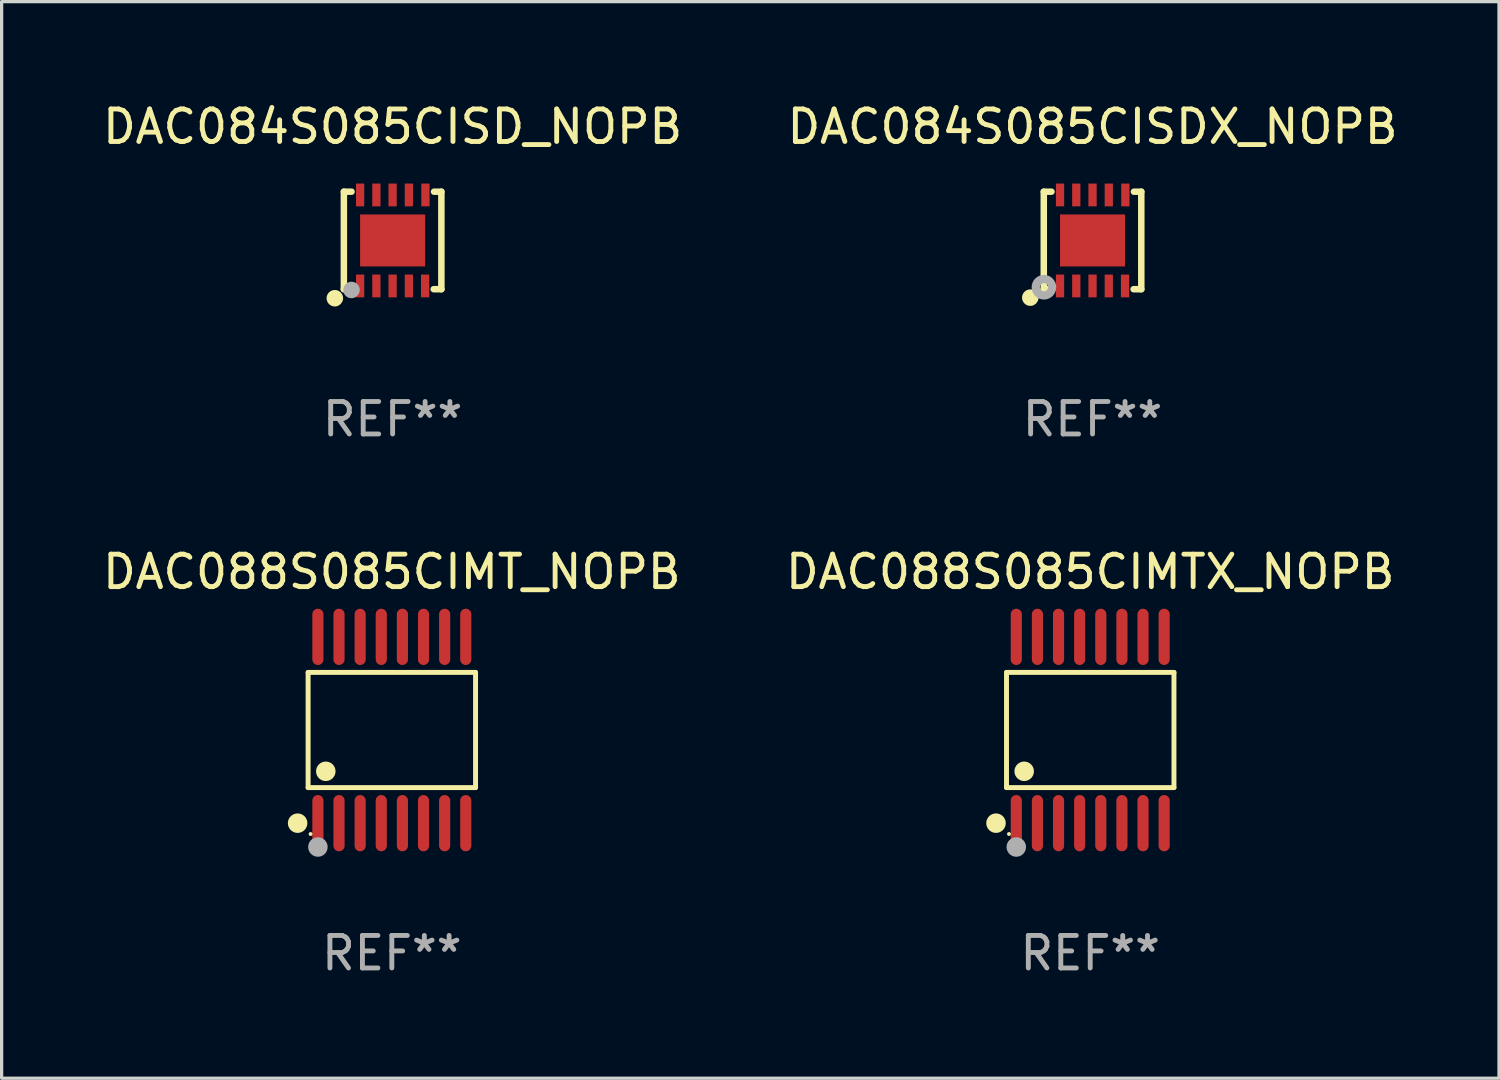
<source format=kicad_pcb>
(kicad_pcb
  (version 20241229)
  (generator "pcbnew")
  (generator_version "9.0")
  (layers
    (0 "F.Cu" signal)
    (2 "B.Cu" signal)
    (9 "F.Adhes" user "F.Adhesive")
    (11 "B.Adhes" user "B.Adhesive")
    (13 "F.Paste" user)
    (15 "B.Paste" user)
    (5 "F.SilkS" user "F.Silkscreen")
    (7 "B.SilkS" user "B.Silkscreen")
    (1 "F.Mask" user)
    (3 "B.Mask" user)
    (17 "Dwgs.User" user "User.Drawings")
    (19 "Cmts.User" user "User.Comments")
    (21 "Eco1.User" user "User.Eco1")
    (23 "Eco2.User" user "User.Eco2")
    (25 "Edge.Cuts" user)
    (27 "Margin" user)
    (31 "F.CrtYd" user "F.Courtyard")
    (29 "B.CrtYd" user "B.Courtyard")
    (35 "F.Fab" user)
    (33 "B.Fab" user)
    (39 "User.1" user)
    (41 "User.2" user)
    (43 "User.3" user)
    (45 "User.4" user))
  (footprint "DAC084S085CISDX_NOPB"
    (layer "F.Cu")
    (at 30.565 4.348)
    (property "Reference" "DAC084S085CISDX_NOPB" (at 0 -3.5 0) (layer "F.SilkS") (effects (font (size 1 1) (thickness 0.15))))
    (attr through_hole)
    (fp_line (start -1.5 -1.5) (end -1.5 1.5) (stroke (width 0.2) (type solid)) (layer "F.SilkS"))
    (fp_line (start -1.5 -1.5) (end -1.264 -1.5) (stroke (width 0.2) (type solid)) (layer "F.SilkS"))
    (fp_line (start -1.5 1.5) (end -1.264 1.5) (stroke (width 0.2) (type solid)) (layer "F.SilkS"))
    (fp_line (start 1.264 1.5) (end 1.5 1.5) (stroke (width 0.2) (type solid)) (layer "F.SilkS"))
    (fp_line (start 1.274 -1.5) (end 1.5 -1.5) (stroke (width 0.2) (type solid)) (layer "F.SilkS"))
    (fp_line (start 1.5 -1.5) (end 1.5 1.5) (stroke (width 0.2) (type solid)) (layer "F.SilkS"))
    (fp_circle (center -1.915 1.76) (end -1.788 1.76) (stroke (width 0.254) (type solid)) (fill no) (layer "F.SilkS"))
    (fp_circle (center -1.495 1.5) (end -1.465 1.5) (stroke (width 0.06) (type solid)) (fill no) (layer "F.SilkS"))
    (fp_circle (center -1.495 1.44) (end -1.37 1.44) (stroke (width 0.254) (type solid)) (fill no) (layer "F.Fab"))
    (fp_text user "REF**" (at 0 5.5 0) (layer "F.Fab") (effects (font (size 1 1) (thickness 0.15))))
    (pad "1" smd rect (at -1 1.4) (size 0.254 0.701) (layers "F.Cu" "F.Mask" "F.Paste"))
    (pad "2" smd rect (at -0.5 1.4) (size 0.254 0.701) (layers "F.Cu" "F.Mask" "F.Paste"))
    (pad "3" smd rect (at 0.000076 1.4) (size 0.254 0.701) (layers "F.Cu" "F.Mask" "F.Paste"))
    (pad "4" smd rect (at 0.5 1.4) (size 0.254 0.701) (layers "F.Cu" "F.Mask" "F.Paste"))
    (pad "5" smd rect (at 1 1.4) (size 0.254 0.701) (layers "F.Cu" "F.Mask" "F.Paste"))
    (pad "6" smd rect (at 1.01 -1.4) (size 0.254 0.701) (layers "F.Cu" "F.Mask" "F.Paste"))
    (pad "7" smd rect (at 0.5 -1.4) (size 0.254 0.701) (layers "F.Cu" "F.Mask" "F.Paste"))
    (pad "8" smd rect (at 0.000076 -1.4) (size 0.254 0.701) (layers "F.Cu" "F.Mask" "F.Paste"))
    (pad "9" smd rect (at -0.5 -1.4) (size 0.254 0.701) (layers "F.Cu" "F.Mask" "F.Paste"))
    (pad "10" smd rect (at -1 -1.4) (size 0.254 0.701) (layers "F.Cu" "F.Mask" "F.Paste"))
    (pad "11" smd rect (at 0.000076 -0.000152) (size 2 1.6) (layers "F.Cu" "F.Mask" "F.Paste")))
  (footprint "DAC088S085CIMTX_NOPB"
    (layer "F.Cu")
    (at 30.494 19.411)
    (property "Reference" "DAC088S085CIMTX_NOPB" (at 0 -4.866 0) (layer "F.SilkS") (effects (font (size 1 1) (thickness 0.15))))
    (attr through_hole)
    (fp_line (start -2.576 -1.772) (end 2.576 -1.772) (stroke (width 0.152) (type solid)) (layer "F.SilkS"))
    (fp_line (start -2.576 1.771) (end -2.576 -1.772) (stroke (width 0.152) (type solid)) (layer "F.SilkS"))
    (fp_line (start 2.576 -1.772) (end 2.576 1.771) (stroke (width 0.152) (type solid)) (layer "F.SilkS"))
    (fp_line (start 2.576 1.771) (end -2.576 1.771) (stroke (width 0.152) (type solid)) (layer "F.SilkS"))
    (fp_circle (center -2.899 2.866) (end -2.749 2.866) (stroke (width 0.3) (type solid)) (fill no) (layer "F.SilkS"))
    (fp_circle (center -2.5 3.2) (end -2.47 3.2) (stroke (width 0.06) (type solid)) (fill no) (layer "F.SilkS"))
    (fp_circle (center -2.032 1.27) (end -1.882 1.27) (stroke (width 0.3) (type solid)) (fill no) (layer "F.SilkS"))
    (fp_circle (center -2.275 3.6) (end -2.125 3.6) (stroke (width 0.3) (type solid)) (fill no) (layer "F.Fab"))
    (fp_text user "REF**" (at 0 6.866 0) (layer "F.Fab") (effects (font (size 1 1) (thickness 0.15))))
    (pad "1" smd oval (at -2.275 2.866) (size 0.343 1.731) (layers "F.Cu" "F.Mask" "F.Paste"))
    (pad "2" smd oval (at -1.625 2.866) (size 0.343 1.731) (layers "F.Cu" "F.Mask" "F.Paste"))
    (pad "3" smd oval (at -0.975 2.866) (size 0.343 1.731) (layers "F.Cu" "F.Mask" "F.Paste"))
    (pad "4" smd oval (at -0.325 2.866) (size 0.343 1.731) (layers "F.Cu" "F.Mask" "F.Paste"))
    (pad "5" smd oval (at 0.325 2.866) (size 0.343 1.731) (layers "F.Cu" "F.Mask" "F.Paste"))
    (pad "6" smd oval (at 0.975 2.866) (size 0.343 1.731) (layers "F.Cu" "F.Mask" "F.Paste"))
    (pad "7" smd oval (at 1.625 2.866) (size 0.343 1.731) (layers "F.Cu" "F.Mask" "F.Paste"))
    (pad "8" smd oval (at 2.275 2.866) (size 0.343 1.731) (layers "F.Cu" "F.Mask" "F.Paste"))
    (pad "9" smd oval (at 2.275 -2.866) (size 0.343 1.731) (layers "F.Cu" "F.Mask" "F.Paste"))
    (pad "10" smd oval (at 1.625 -2.866) (size 0.343 1.731) (layers "F.Cu" "F.Mask" "F.Paste"))
    (pad "11" smd oval (at 0.975 -2.866) (size 0.343 1.731) (layers "F.Cu" "F.Mask" "F.Paste"))
    (pad "12" smd oval (at 0.325 -2.866) (size 0.343 1.731) (layers "F.Cu" "F.Mask" "F.Paste"))
    (pad "13" smd oval (at -0.325 -2.866) (size 0.343 1.731) (layers "F.Cu" "F.Mask" "F.Paste"))
    (pad "14" smd oval (at -0.975 -2.866) (size 0.343 1.731) (layers "F.Cu" "F.Mask" "F.Paste"))
    (pad "15" smd oval (at -1.625 -2.866) (size 0.343 1.731) (layers "F.Cu" "F.Mask" "F.Paste"))
    (pad "16" smd oval (at -2.275 -2.866) (size 0.343 1.731) (layers "F.Cu" "F.Mask" "F.Paste")))
  (footprint "DAC084S085CISD_NOPB"
    (layer "F.Cu")
    (at 9.03 4.348)
    (property "Reference" "DAC084S085CISD_NOPB" (at 0 -3.5 0) (layer "F.SilkS") (effects (font (size 1 1) (thickness 0.15))))
    (attr through_hole)
    (fp_line (start -1.5 -1.5) (end -1.5 1.5) (stroke (width 0.2) (type solid)) (layer "F.SilkS"))
    (fp_line (start -1.5 -1.5) (end -1.264 -1.5) (stroke (width 0.2) (type solid)) (layer "F.SilkS"))
    (fp_line (start -1.5 1.5) (end -1.264 1.5) (stroke (width 0.2) (type solid)) (layer "F.SilkS"))
    (fp_line (start 1.264 1.5) (end 1.5 1.5) (stroke (width 0.2) (type solid)) (layer "F.SilkS"))
    (fp_line (start 1.274 -1.5) (end 1.5 -1.5) (stroke (width 0.2) (type solid)) (layer "F.SilkS"))
    (fp_line (start 1.5 -1.5) (end 1.5 1.5) (stroke (width 0.2) (type solid)) (layer "F.SilkS"))
    (fp_circle (center -1.778 1.778) (end -1.651 1.778) (stroke (width 0.254) (type solid)) (fill no) (layer "F.SilkS"))
    (fp_circle (center -1.495 1.5) (end -1.465 1.5) (stroke (width 0.06) (type solid)) (fill no) (layer "F.SilkS"))
    (fp_circle (center -1.265 1.524) (end -1.138 1.524) (stroke (width 0.254) (type solid)) (fill no) (layer "F.Fab"))
    (fp_text user "REF**" (at 0 5.5 0) (layer "F.Fab") (effects (font (size 1 1) (thickness 0.15))))
    (pad "1" smd rect (at -1 1.4) (size 0.254 0.701) (layers "F.Cu" "F.Mask" "F.Paste"))
    (pad "2" smd rect (at -0.5 1.4) (size 0.254 0.701) (layers "F.Cu" "F.Mask" "F.Paste"))
    (pad "3" smd rect (at 0 1.4) (size 0.254 0.701) (layers "F.Cu" "F.Mask" "F.Paste"))
    (pad "4" smd rect (at 0.5 1.4) (size 0.254 0.701) (layers "F.Cu" "F.Mask" "F.Paste"))
    (pad "5" smd rect (at 1 1.4) (size 0.254 0.701) (layers "F.Cu" "F.Mask" "F.Paste"))
    (pad "6" smd rect (at 1.01 -1.4) (size 0.254 0.701) (layers "F.Cu" "F.Mask" "F.Paste"))
    (pad "7" smd rect (at 0.5 -1.4) (size 0.254 0.701) (layers "F.Cu" "F.Mask" "F.Paste"))
    (pad "8" smd rect (at 0 -1.4) (size 0.254 0.701) (layers "F.Cu" "F.Mask" "F.Paste"))
    (pad "9" smd rect (at -0.5 -1.4) (size 0.254 0.701) (layers "F.Cu" "F.Mask" "F.Paste"))
    (pad "10" smd rect (at -1 -1.4) (size 0.254 0.701) (layers "F.Cu" "F.Mask" "F.Paste"))
    (pad "11" smd rect (at 0 -0.000127) (size 2 1.6) (layers "F.Cu" "F.Mask" "F.Paste")))
  (footprint "DAC088S085CIMT_NOPB"
    (layer "F.Cu")
    (at 9.006 19.411)
    (property "Reference" "DAC088S085CIMT_NOPB" (at 0 -4.866 0) (layer "F.SilkS") (effects (font (size 1 1) (thickness 0.15))))
    (attr through_hole)
    (fp_line (start -2.576 -1.772) (end 2.576 -1.772) (stroke (width 0.152) (type solid)) (layer "F.SilkS"))
    (fp_line (start -2.576 1.771) (end -2.576 -1.772) (stroke (width 0.152) (type solid)) (layer "F.SilkS"))
    (fp_line (start 2.576 -1.772) (end 2.576 1.771) (stroke (width 0.152) (type solid)) (layer "F.SilkS"))
    (fp_line (start 2.576 1.771) (end -2.576 1.771) (stroke (width 0.152) (type solid)) (layer "F.SilkS"))
    (fp_circle (center -2.899 2.866) (end -2.749 2.866) (stroke (width 0.3) (type solid)) (fill no) (layer "F.SilkS"))
    (fp_circle (center -2.5 3.2) (end -2.47 3.2) (stroke (width 0.06) (type solid)) (fill no) (layer "F.SilkS"))
    (fp_circle (center -2.032 1.27) (end -1.882 1.27) (stroke (width 0.3) (type solid)) (fill no) (layer "F.SilkS"))
    (fp_circle (center -2.275 3.6) (end -2.125 3.6) (stroke (width 0.3) (type solid)) (fill no) (layer "F.Fab"))
    (fp_text user "REF**" (at 0 6.866 0) (layer "F.Fab") (effects (font (size 1 1) (thickness 0.15))))
    (pad "1" smd oval (at -2.275 2.866) (size 0.343 1.731) (layers "F.Cu" "F.Mask" "F.Paste"))
    (pad "2" smd oval (at -1.625 2.866) (size 0.343 1.731) (layers "F.Cu" "F.Mask" "F.Paste"))
    (pad "3" smd oval (at -0.975 2.866) (size 0.343 1.731) (layers "F.Cu" "F.Mask" "F.Paste"))
    (pad "4" smd oval (at -0.325 2.866) (size 0.343 1.731) (layers "F.Cu" "F.Mask" "F.Paste"))
    (pad "5" smd oval (at 0.325 2.866) (size 0.343 1.731) (layers "F.Cu" "F.Mask" "F.Paste"))
    (pad "6" smd oval (at 0.975 2.866) (size 0.343 1.731) (layers "F.Cu" "F.Mask" "F.Paste"))
    (pad "7" smd oval (at 1.625 2.866) (size 0.343 1.731) (layers "F.Cu" "F.Mask" "F.Paste"))
    (pad "8" smd oval (at 2.275 2.866) (size 0.343 1.731) (layers "F.Cu" "F.Mask" "F.Paste"))
    (pad "9" smd oval (at 2.275 -2.866) (size 0.343 1.731) (layers "F.Cu" "F.Mask" "F.Paste"))
    (pad "10" smd oval (at 1.625 -2.866) (size 0.343 1.731) (layers "F.Cu" "F.Mask" "F.Paste"))
    (pad "11" smd oval (at 0.975 -2.866) (size 0.343 1.731) (layers "F.Cu" "F.Mask" "F.Paste"))
    (pad "12" smd oval (at 0.325 -2.866) (size 0.343 1.731) (layers "F.Cu" "F.Mask" "F.Paste"))
    (pad "13" smd oval (at -0.325 -2.866) (size 0.343 1.731) (layers "F.Cu" "F.Mask" "F.Paste"))
    (pad "14" smd oval (at -0.975 -2.866) (size 0.343 1.731) (layers "F.Cu" "F.Mask" "F.Paste"))
    (pad "15" smd oval (at -1.625 -2.866) (size 0.343 1.731) (layers "F.Cu" "F.Mask" "F.Paste"))
    (pad "16" smd oval (at -2.275 -2.866) (size 0.343 1.731) (layers "F.Cu" "F.Mask" "F.Paste")))
  (gr_rect
    (start -3 -3)
    (end 43.071 30.125)
    (stroke (width 0.1) (type default))
    (fill no)
    (layer "Edge.Cuts")))
</source>
